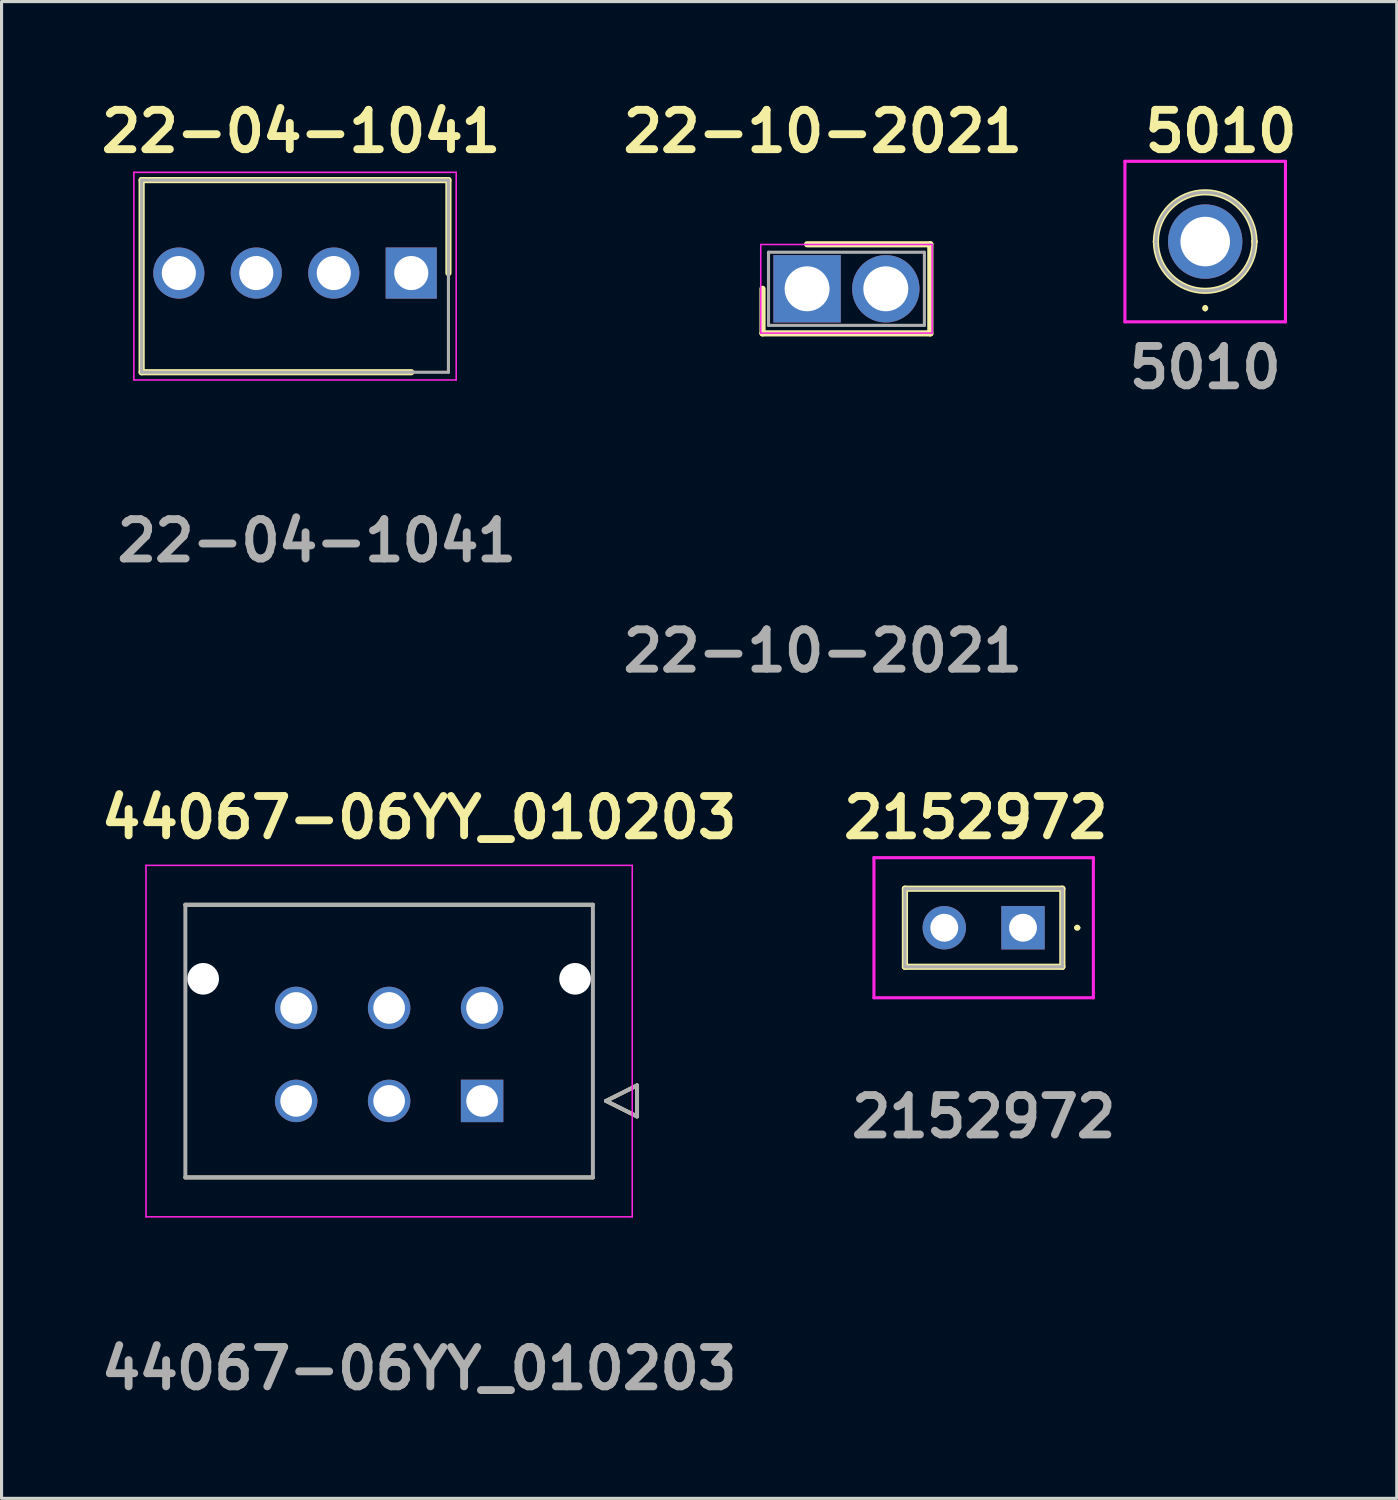
<source format=kicad_pcb>
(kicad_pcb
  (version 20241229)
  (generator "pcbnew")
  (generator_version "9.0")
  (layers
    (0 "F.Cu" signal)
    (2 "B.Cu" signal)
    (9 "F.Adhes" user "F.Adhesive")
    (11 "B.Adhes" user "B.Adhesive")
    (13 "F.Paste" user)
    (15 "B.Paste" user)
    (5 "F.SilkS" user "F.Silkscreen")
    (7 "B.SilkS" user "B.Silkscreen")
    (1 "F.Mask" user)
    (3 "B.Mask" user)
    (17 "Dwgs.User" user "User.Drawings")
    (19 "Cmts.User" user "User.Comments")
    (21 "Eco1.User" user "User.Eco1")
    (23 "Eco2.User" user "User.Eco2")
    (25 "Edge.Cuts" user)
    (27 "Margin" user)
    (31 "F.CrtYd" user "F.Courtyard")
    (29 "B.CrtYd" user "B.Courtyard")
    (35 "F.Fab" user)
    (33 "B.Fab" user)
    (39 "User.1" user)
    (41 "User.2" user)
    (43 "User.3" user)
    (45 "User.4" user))
  (footprint "22-04-1041"
    (layer "F.Cu")
    (at 10.22 5.761)
    (property "Reference" "22-04-1041" (at -3.556 -4.572 0) (layer "F.SilkS") (effects (font (size 1.27 1.27) (thickness 0.254))))
    (attr through_hole)
    (fp_line (start -8.7 -3) (end 1.2 -3) (stroke (width 0.2) (type solid)) (layer "F.SilkS"))
    (fp_line (start -8.7 3.2) (end -8.7 -3) (stroke (width 0.2) (type solid)) (layer "F.SilkS"))
    (fp_line (start 0 3.2) (end -8.7 3.2) (stroke (width 0.2) (type solid)) (layer "F.SilkS"))
    (fp_line (start 1.2 -3) (end 1.2 0) (stroke (width 0.2) (type solid)) (layer "F.SilkS"))
    (fp_line (start -8.95 -3.25) (end 1.45 -3.25) (stroke (width 0.05) (type solid)) (layer "F.CrtYd"))
    (fp_line (start -8.95 3.45) (end -8.95 -3.25) (stroke (width 0.05) (type solid)) (layer "F.CrtYd"))
    (fp_line (start 1.45 -3.25) (end 1.45 3.45) (stroke (width 0.05) (type solid)) (layer "F.CrtYd"))
    (fp_line (start 1.45 3.45) (end -8.95 3.45) (stroke (width 0.05) (type solid)) (layer "F.CrtYd"))
    (fp_line (start -8.7 -3) (end 1.2 -3) (stroke (width 0.1) (type solid)) (layer "F.Fab"))
    (fp_line (start -8.7 3.2) (end -8.7 -3) (stroke (width 0.1) (type solid)) (layer "F.Fab"))
    (fp_line (start 1.2 -3) (end 1.2 3.2) (stroke (width 0.1) (type solid)) (layer "F.Fab"))
    (fp_line (start 1.2 3.2) (end -8.7 3.2) (stroke (width 0.1) (type solid)) (layer "F.Fab"))
    (fp_text user "${REFERENCE}" (at -3.048 8.636 0) (layer "F.Fab") (effects (font (size 1.27 1.27) (thickness 0.254))))
    (pad "1" thru_hole rect (at 0 0) (size 1.65 1.65) (drill 1.1) (layers "*.Cu" "*.Mask"))
    (pad "2" thru_hole circle (at -2.5 0) (size 1.65 1.65) (drill 1.1) (layers "*.Cu" "*.Mask"))
    (pad "3" thru_hole circle (at -5 0) (size 1.65 1.65) (drill 1.1) (layers "*.Cu" "*.Mask"))
    (pad "4" thru_hole circle (at -7.5 0) (size 1.65 1.65) (drill 1.1) (layers "*.Cu" "*.Mask")))
  (footprint "44067-06YY_010203"
    (layer "F.Cu")
    (at 12.506 32.474)
    (property "Reference" "44067-06YY_010203" (at -2.032 -9.144 0) (layer "F.SilkS") (effects (font (size 1.27 1.27) (thickness 0.254))))
    (attr through_hole)
    (fp_line (start -9.575 -6.33) (end 3.575 -6.33) (stroke (width 0.127) (type solid)) (layer "F.SilkS"))
    (fp_line (start 3.575 2.47) (end -9.575 2.47) (stroke (width 0.127) (type solid)) (layer "F.SilkS"))
    (fp_line (start 4 0) (end 5 -0.5) (stroke (width 0.127) (type solid)) (layer "F.SilkS"))
    (fp_line (start 5 -0.5) (end 5 0.5) (stroke (width 0.127) (type solid)) (layer "F.SilkS"))
    (fp_line (start 5 0.5) (end 4 0) (stroke (width 0.127) (type solid)) (layer "F.SilkS"))
    (fp_line (start -10.845 -7.6) (end 4.845 -7.6) (stroke (width 0.05) (type solid)) (layer "F.CrtYd"))
    (fp_line (start -10.845 3.74) (end -10.845 -7.6) (stroke (width 0.05) (type solid)) (layer "F.CrtYd"))
    (fp_line (start 4.845 -7.6) (end 4.845 3.74) (stroke (width 0.05) (type solid)) (layer "F.CrtYd"))
    (fp_line (start 4.845 3.74) (end -10.845 3.74) (stroke (width 0.05) (type solid)) (layer "F.CrtYd"))
    (fp_line (start -9.575 -6.33) (end 3.575 -6.33) (stroke (width 0.127) (type solid)) (layer "F.Fab"))
    (fp_line (start -9.575 2.47) (end -9.575 -6.33) (stroke (width 0.127) (type solid)) (layer "F.Fab"))
    (fp_line (start 3.575 -6.33) (end 3.575 2.47) (stroke (width 0.127) (type solid)) (layer "F.Fab"))
    (fp_line (start 3.575 2.47) (end -9.575 2.47) (stroke (width 0.127) (type solid)) (layer "F.Fab"))
    (fp_line (start 4 0) (end 5 -0.5) (stroke (width 0.127) (type solid)) (layer "F.Fab"))
    (fp_line (start 5 -0.5) (end 5 0.5) (stroke (width 0.127) (type solid)) (layer "F.Fab"))
    (fp_line (start 5 0.5) (end 4 0) (stroke (width 0.127) (type solid)) (layer "F.Fab"))
    (fp_text user "${REFERENCE}" (at -2.032 8.636 0) (layer "F.Fab") (effects (font (size 1.27 1.27) (thickness 0.254))))
    (pad "" np_thru_hole circle (at -9 -3.94) (size 1.02 1.02) (drill 1.02) (layers "*.Cu" "*.Mask"))
    (pad "" np_thru_hole circle (at 3 -3.94) (size 1.02 1.02) (drill 1.02) (layers "*.Cu" "*.Mask"))
    (pad "1" thru_hole rect (at 0 0) (size 1.37 1.37) (drill 1.02) (layers "*.Cu" "*.Mask"))
    (pad "2" thru_hole circle (at -3 0) (size 1.37 1.37) (drill 1.02) (layers "*.Cu" "*.Mask"))
    (pad "3" thru_hole circle (at -6 0) (size 1.37 1.37) (drill 1.02) (layers "*.Cu" "*.Mask"))
    (pad "4" thru_hole circle (at 0 -3) (size 1.37 1.37) (drill 1.02) (layers "*.Cu" "*.Mask"))
    (pad "5" thru_hole circle (at -3 -3) (size 1.37 1.37) (drill 1.02) (layers "*.Cu" "*.Mask"))
    (pad "6" thru_hole circle (at -6 -3) (size 1.37 1.37) (drill 1.02) (layers "*.Cu" "*.Mask")))
  (footprint "2152972"
    (layer "F.Cu")
    (at 29.96 26.886)
    (property "Reference" "2152972" (at -1.524 -3.556 0) (layer "F.SilkS") (effects (font (size 1.27 1.27) (thickness 0.254))))
    (attr through_hole)
    (fp_line (start -3.81 -1.26) (end 1.27 -1.26) (stroke (width 0.2) (type solid)) (layer "F.SilkS"))
    (fp_line (start -3.81 1.26) (end -3.81 -1.26) (stroke (width 0.2) (type solid)) (layer "F.SilkS"))
    (fp_line (start 1.27 -1.26) (end 1.27 1.26) (stroke (width 0.2) (type solid)) (layer "F.SilkS"))
    (fp_line (start 1.27 1.26) (end -3.81 1.26) (stroke (width 0.2) (type solid)) (layer "F.SilkS"))
    (fp_line (start 1.7 0) (end 1.7 0) (stroke (width 0.1) (type solid)) (layer "F.SilkS"))
    (fp_line (start 1.8 0) (end 1.8 0) (stroke (width 0.1) (type solid)) (layer "F.SilkS"))
    (fp_arc (start 1.7 0) (mid 1.75 -0.05) (end 1.8 0) (stroke (width 0.1) (type solid)) (layer "F.SilkS"))
    (fp_arc (start 1.8 0) (mid 1.75 0.05) (end 1.7 0) (stroke (width 0.1) (type solid)) (layer "F.SilkS"))
    (fp_line (start -4.81 -2.26) (end 2.27 -2.26) (stroke (width 0.1) (type solid)) (layer "F.CrtYd"))
    (fp_line (start -4.81 2.26) (end -4.81 -2.26) (stroke (width 0.1) (type solid)) (layer "F.CrtYd"))
    (fp_line (start 2.27 -2.26) (end 2.27 2.26) (stroke (width 0.1) (type solid)) (layer "F.CrtYd"))
    (fp_line (start 2.27 2.26) (end -4.81 2.26) (stroke (width 0.1) (type solid)) (layer "F.CrtYd"))
    (fp_line (start -3.81 -1.26) (end 1.27 -1.26) (stroke (width 0.1) (type solid)) (layer "F.Fab"))
    (fp_line (start -3.81 1.26) (end -3.81 -1.26) (stroke (width 0.1) (type solid)) (layer "F.Fab"))
    (fp_line (start 1.27 -1.26) (end 1.27 1.26) (stroke (width 0.1) (type solid)) (layer "F.Fab"))
    (fp_line (start 1.27 1.26) (end -3.81 1.26) (stroke (width 0.1) (type solid)) (layer "F.Fab"))
    (fp_text user "${REFERENCE}" (at -1.27 6.096 0) (layer "F.Fab") (effects (font (size 1.27 1.27) (thickness 0.254))))
    (pad "1" thru_hole rect (at 0 0) (size 1.4 1.4) (drill 0.9) (layers "*.Cu" "*.Mask"))
    (pad "2" thru_hole circle (at -2.54 0) (size 1.4 1.4) (drill 0.9) (layers "*.Cu" "*.Mask")))
  (footprint "5010"
    (layer "F.Cu")
    (at 35.839 4.745)
    (property "Reference" "5010" (at 0.508 -3.556 0) (layer "F.SilkS") (effects (font (size 1.27 1.27) (thickness 0.254))))
    (attr through_hole)
    (fp_line (start -1.59 0) (end -1.59 0) (stroke (width 0.2) (type solid)) (layer "F.SilkS"))
    (fp_line (start 0 2.1) (end 0 2.1) (stroke (width 0.1) (type solid)) (layer "F.SilkS"))
    (fp_line (start 0 2.2) (end 0 2.2) (stroke (width 0.1) (type solid)) (layer "F.SilkS"))
    (fp_line (start 1.59 0) (end 1.59 0) (stroke (width 0.2) (type solid)) (layer "F.SilkS"))
    (fp_arc (start -1.59 0) (mid 0 -1.59) (end 1.59 0) (stroke (width 0.2) (type solid)) (layer "F.SilkS"))
    (fp_arc (start 0 2.1) (mid 0.05 2.15) (end 0 2.2) (stroke (width 0.1) (type solid)) (layer "F.SilkS"))
    (fp_arc (start 0 2.2) (mid -0.05 2.15) (end 0 2.1) (stroke (width 0.1) (type solid)) (layer "F.SilkS"))
    (fp_arc (start 1.59 0) (mid 0 1.59) (end -1.59 0) (stroke (width 0.2) (type solid)) (layer "F.SilkS"))
    (fp_line (start -2.59 -2.59) (end 2.59 -2.59) (stroke (width 0.1) (type solid)) (layer "F.CrtYd"))
    (fp_line (start -2.59 2.59) (end -2.59 -2.59) (stroke (width 0.1) (type solid)) (layer "F.CrtYd"))
    (fp_line (start 2.59 -2.59) (end 2.59 2.59) (stroke (width 0.1) (type solid)) (layer "F.CrtYd"))
    (fp_line (start 2.59 2.59) (end -2.59 2.59) (stroke (width 0.1) (type solid)) (layer "F.CrtYd"))
    (fp_line (start -1.59 0) (end -1.59 0) (stroke (width 0.1) (type solid)) (layer "F.Fab"))
    (fp_line (start 1.59 0) (end 1.59 0) (stroke (width 0.1) (type solid)) (layer "F.Fab"))
    (fp_arc (start -1.59 0) (mid 0 -1.59) (end 1.59 0) (stroke (width 0.1) (type solid)) (layer "F.Fab"))
    (fp_arc (start 1.59 0) (mid 0 1.59) (end -1.59 0) (stroke (width 0.1) (type solid)) (layer "F.Fab"))
    (fp_text user "${REFERENCE}" (at 0 4.064 0) (layer "F.Fab") (effects (font (size 1.27 1.27) (thickness 0.254))))
    (pad "1" thru_hole circle (at 0 0) (size 2.4 2.4) (drill 1.6) (layers "*.Cu" "*.Mask")))
  (footprint "22-10-2021"
    (layer "F.Cu")
    (at 22.993 6.269)
    (property "Reference" "22-10-2021" (at 0.508 -5.08 0) (layer "F.SilkS") (effects (font (size 1.27 1.27) (thickness 0.254))))
    (attr through_hole)
    (fp_line (start -1.438 0) (end -1.438 1.438) (stroke (width 0.2) (type solid)) (layer "F.SilkS"))
    (fp_line (start -1.438 1.438) (end 3.977 1.438) (stroke (width 0.2) (type solid)) (layer "F.SilkS"))
    (fp_line (start 3.977 -1.437) (end 0 -1.437) (stroke (width 0.2) (type solid)) (layer "F.SilkS"))
    (fp_line (start 3.977 1.438) (end 3.977 -1.437) (stroke (width 0.2) (type solid)) (layer "F.SilkS"))
    (fp_line (start -1.495 -1.43) (end 4.035 -1.43) (stroke (width 0.05) (type solid)) (layer "F.CrtYd"))
    (fp_line (start -1.495 1.43) (end -1.495 -1.43) (stroke (width 0.05) (type solid)) (layer "F.CrtYd"))
    (fp_line (start 4.035 -1.43) (end 4.035 1.43) (stroke (width 0.05) (type solid)) (layer "F.CrtYd"))
    (fp_line (start 4.035 1.43) (end -1.495 1.43) (stroke (width 0.05) (type solid)) (layer "F.CrtYd"))
    (fp_line (start -1.245 -1.18) (end 3.785 -1.18) (stroke (width 0.1) (type solid)) (layer "F.Fab"))
    (fp_line (start -1.245 1.18) (end -1.245 -1.18) (stroke (width 0.1) (type solid)) (layer "F.Fab"))
    (fp_line (start 3.785 -1.18) (end 3.785 1.18) (stroke (width 0.1) (type solid)) (layer "F.Fab"))
    (fp_line (start 3.785 1.18) (end -1.245 1.18) (stroke (width 0.1) (type solid)) (layer "F.Fab"))
    (fp_text user "${REFERENCE}" (at 0.508 11.684 0) (layer "F.Fab") (effects (font (size 1.27 1.27) (thickness 0.254))))
    (pad "1" thru_hole rect (at 0 0) (size 2.175 2.175) (drill 1.45) (layers "*.Cu" "*.Mask"))
    (pad "2" thru_hole circle (at 2.54 0) (size 2.175 2.175) (drill 1.45) (layers "*.Cu" "*.Mask")))
  (gr_rect
    (start -3 -3)
    (end 42.02 45.299)
    (stroke (width 0.1) (type default))
    (fill no)
    (layer "Edge.Cuts")))
</source>
